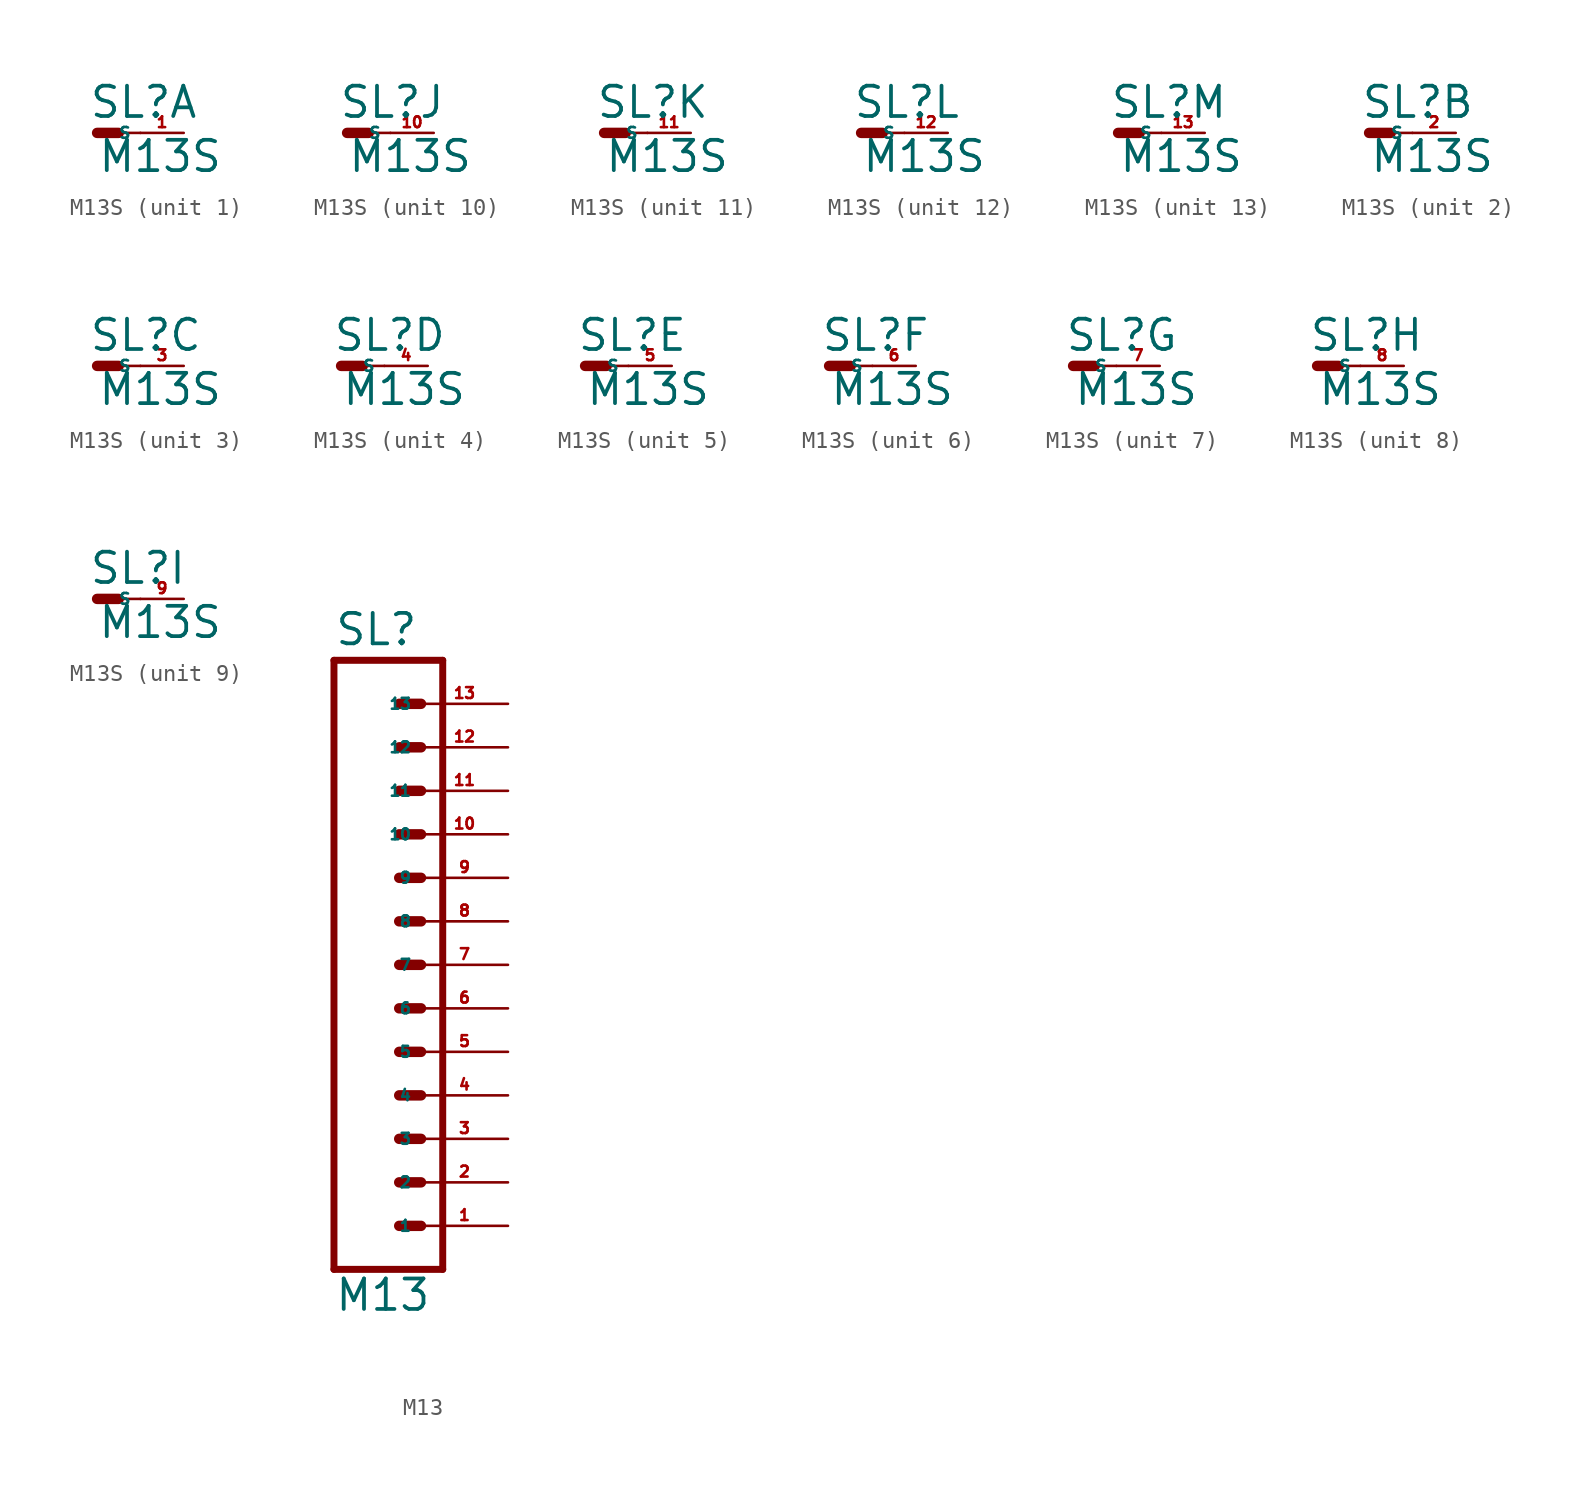
<source format=kicad_sym>
(kicad_symbol_lib
  (version 20220914)
  (generator Eagle2Kicad)
  (symbol "M13S"
    (property "Reference" "SL"
      (at -0.508 0.762 0)
      (effects (font (size 1.778 1.778) (thickness 0.22)) (justify left bottom)))
    (property "Value" "M13S"
      (at 0 -2.413 0)
      (effects (font (size 1.778 1.778) (thickness 0.22)) (justify left bottom)))
    (symbol "M13S_1_0"
      (polyline (pts (xy 0 0) (xy 1.27 0)) (stroke (width 0.61) (type default)) (fill (type none)))
      (polyline (pts (xy 1.27 0) (xy 2.54 0)) (stroke (width 0.152) (type default)) (fill (type none)))
      (pin passive line (at 5.08 0 180) (length 2.54) (name "S" (effects (font (size 0.635 0.635) (thickness 0.08)) (justify left bottom))) (number "1" (effects (font (size 0.635 0.635) (thickness 0.08)) (justify left bottom)))))
    (symbol "M13S_2_0"
      (polyline (pts (xy 0 0) (xy 1.27 0)) (stroke (width 0.61) (type default)) (fill (type none)))
      (polyline (pts (xy 1.27 0) (xy 2.54 0)) (stroke (width 0.152) (type default)) (fill (type none)))
      (pin passive line (at 5.08 0 180) (length 2.54) (name "S" (effects (font (size 0.635 0.635) (thickness 0.08)) (justify left bottom))) (number "2" (effects (font (size 0.635 0.635) (thickness 0.08)) (justify left bottom)))))
    (symbol "M13S_3_0"
      (polyline (pts (xy 0 0) (xy 1.27 0)) (stroke (width 0.61) (type default)) (fill (type none)))
      (polyline (pts (xy 1.27 0) (xy 2.54 0)) (stroke (width 0.152) (type default)) (fill (type none)))
      (pin passive line (at 5.08 0 180) (length 2.54) (name "S" (effects (font (size 0.635 0.635) (thickness 0.08)) (justify left bottom))) (number "3" (effects (font (size 0.635 0.635) (thickness 0.08)) (justify left bottom)))))
    (symbol "M13S_4_0"
      (polyline (pts (xy 0 0) (xy 1.27 0)) (stroke (width 0.61) (type default)) (fill (type none)))
      (polyline (pts (xy 1.27 0) (xy 2.54 0)) (stroke (width 0.152) (type default)) (fill (type none)))
      (pin passive line (at 5.08 0 180) (length 2.54) (name "S" (effects (font (size 0.635 0.635) (thickness 0.08)) (justify left bottom))) (number "4" (effects (font (size 0.635 0.635) (thickness 0.08)) (justify left bottom)))))
    (symbol "M13S_5_0"
      (polyline (pts (xy 0 0) (xy 1.27 0)) (stroke (width 0.61) (type default)) (fill (type none)))
      (polyline (pts (xy 1.27 0) (xy 2.54 0)) (stroke (width 0.152) (type default)) (fill (type none)))
      (pin passive line (at 5.08 0 180) (length 2.54) (name "S" (effects (font (size 0.635 0.635) (thickness 0.08)) (justify left bottom))) (number "5" (effects (font (size 0.635 0.635) (thickness 0.08)) (justify left bottom)))))
    (symbol "M13S_6_0"
      (polyline (pts (xy 0 0) (xy 1.27 0)) (stroke (width 0.61) (type default)) (fill (type none)))
      (polyline (pts (xy 1.27 0) (xy 2.54 0)) (stroke (width 0.152) (type default)) (fill (type none)))
      (pin passive line (at 5.08 0 180) (length 2.54) (name "S" (effects (font (size 0.635 0.635) (thickness 0.08)) (justify left bottom))) (number "6" (effects (font (size 0.635 0.635) (thickness 0.08)) (justify left bottom)))))
    (symbol "M13S_7_0"
      (polyline (pts (xy 0 0) (xy 1.27 0)) (stroke (width 0.61) (type default)) (fill (type none)))
      (polyline (pts (xy 1.27 0) (xy 2.54 0)) (stroke (width 0.152) (type default)) (fill (type none)))
      (pin passive line (at 5.08 0 180) (length 2.54) (name "S" (effects (font (size 0.635 0.635) (thickness 0.08)) (justify left bottom))) (number "7" (effects (font (size 0.635 0.635) (thickness 0.08)) (justify left bottom)))))
    (symbol "M13S_8_0"
      (polyline (pts (xy 0 0) (xy 1.27 0)) (stroke (width 0.61) (type default)) (fill (type none)))
      (polyline (pts (xy 1.27 0) (xy 2.54 0)) (stroke (width 0.152) (type default)) (fill (type none)))
      (pin passive line (at 5.08 0 180) (length 2.54) (name "S" (effects (font (size 0.635 0.635) (thickness 0.08)) (justify left bottom))) (number "8" (effects (font (size 0.635 0.635) (thickness 0.08)) (justify left bottom)))))
    (symbol "M13S_9_0"
      (polyline (pts (xy 0 0) (xy 1.27 0)) (stroke (width 0.61) (type default)) (fill (type none)))
      (polyline (pts (xy 1.27 0) (xy 2.54 0)) (stroke (width 0.152) (type default)) (fill (type none)))
      (pin passive line (at 5.08 0 180) (length 2.54) (name "S" (effects (font (size 0.635 0.635) (thickness 0.08)) (justify left bottom))) (number "9" (effects (font (size 0.635 0.635) (thickness 0.08)) (justify left bottom)))))
    (symbol "M13S_10_0"
      (polyline (pts (xy 0 0) (xy 1.27 0)) (stroke (width 0.61) (type default)) (fill (type none)))
      (polyline (pts (xy 1.27 0) (xy 2.54 0)) (stroke (width 0.152) (type default)) (fill (type none)))
      (pin passive line (at 5.08 0 180) (length 2.54) (name "S" (effects (font (size 0.635 0.635) (thickness 0.08)) (justify left bottom))) (number "10" (effects (font (size 0.635 0.635) (thickness 0.08)) (justify left bottom)))))
    (symbol "M13S_11_0"
      (polyline (pts (xy 0 0) (xy 1.27 0)) (stroke (width 0.61) (type default)) (fill (type none)))
      (polyline (pts (xy 1.27 0) (xy 2.54 0)) (stroke (width 0.152) (type default)) (fill (type none)))
      (pin passive line (at 5.08 0 180) (length 2.54) (name "S" (effects (font (size 0.635 0.635) (thickness 0.08)) (justify left bottom))) (number "11" (effects (font (size 0.635 0.635) (thickness 0.08)) (justify left bottom)))))
    (symbol "M13S_12_0"
      (polyline (pts (xy 0 0) (xy 1.27 0)) (stroke (width 0.61) (type default)) (fill (type none)))
      (polyline (pts (xy 1.27 0) (xy 2.54 0)) (stroke (width 0.152) (type default)) (fill (type none)))
      (pin passive line (at 5.08 0 180) (length 2.54) (name "S" (effects (font (size 0.635 0.635) (thickness 0.08)) (justify left bottom))) (number "12" (effects (font (size 0.635 0.635) (thickness 0.08)) (justify left bottom)))))
    (symbol "M13S_13_0"
      (polyline (pts (xy 0 0) (xy 1.27 0)) (stroke (width 0.61) (type default)) (fill (type none)))
      (polyline (pts (xy 1.27 0) (xy 2.54 0)) (stroke (width 0.152) (type default)) (fill (type none)))
      (pin passive line (at 5.08 0 180) (length 2.54) (name "S" (effects (font (size 0.635 0.635) (thickness 0.08)) (justify left bottom))) (number "13" (effects (font (size 0.635 0.635) (thickness 0.08)) (justify left bottom))))))
  (symbol "M13"
    (property "Reference" "SL"
      (at -5.08 21.082 0)
      (effects (font (size 1.778 1.778) (thickness 0.22)) (justify left bottom)))
    (property "Value" "M13"
      (at -5.08 -17.78 0)
      (effects (font (size 1.778 1.778) (thickness 0.22)) (justify left bottom)))
    (polyline
      (pts (xy 1.27 -15.24) (xy -5.08 -15.24))
      (stroke (width 0.406) (type default))
      (fill (type none)))
    (polyline
      (pts (xy -1.27 -7.62) (xy 0 -7.62))
      (stroke (width 0.61) (type default))
      (fill (type none)))
    (polyline
      (pts (xy -1.27 -10.16) (xy 0 -10.16))
      (stroke (width 0.61) (type default))
      (fill (type none)))
    (polyline
      (pts (xy -1.27 -12.7) (xy 0 -12.7))
      (stroke (width 0.61) (type default))
      (fill (type none)))
    (polyline
      (pts (xy -5.08 20.32) (xy -5.08 -15.24))
      (stroke (width 0.406) (type default))
      (fill (type none)))
    (polyline
      (pts (xy 1.27 -15.24) (xy 1.27 20.32))
      (stroke (width 0.406) (type default))
      (fill (type none)))
    (polyline
      (pts (xy -5.08 20.32) (xy 1.27 20.32))
      (stroke (width 0.406) (type default))
      (fill (type none)))
    (polyline
      (pts (xy -1.27 -2.54) (xy 0 -2.54))
      (stroke (width 0.61) (type default))
      (fill (type none)))
    (polyline
      (pts (xy -1.27 -5.08) (xy 0 -5.08))
      (stroke (width 0.61) (type default))
      (fill (type none)))
    (polyline
      (pts (xy -1.27 0) (xy 0 0))
      (stroke (width 0.61) (type default))
      (fill (type none)))
    (polyline
      (pts (xy -1.27 2.54) (xy 0 2.54))
      (stroke (width 0.61) (type default))
      (fill (type none)))
    (polyline
      (pts (xy -1.27 5.08) (xy 0 5.08))
      (stroke (width 0.61) (type default))
      (fill (type none)))
    (polyline
      (pts (xy -1.27 7.62) (xy 0 7.62))
      (stroke (width 0.61) (type default))
      (fill (type none)))
    (polyline
      (pts (xy -1.27 10.16) (xy 0 10.16))
      (stroke (width 0.61) (type default))
      (fill (type none)))
    (polyline
      (pts (xy -1.27 12.7) (xy 0 12.7))
      (stroke (width 0.61) (type default))
      (fill (type none)))
    (polyline
      (pts (xy -1.27 15.24) (xy 0 15.24))
      (stroke (width 0.61) (type default))
      (fill (type none)))
    (polyline
      (pts (xy -1.27 17.78) (xy 0 17.78))
      (stroke (width 0.61) (type default))
      (fill (type none)))
    (pin passive line
      (at 5.08 -12.7 180)
      (length 5.08)
      (name "1" (effects (font (size 0.635 0.635) (thickness 0.08)) (justify left bottom)))
      (number "1" (effects (font (size 0.635 0.635) (thickness 0.08)) (justify left bottom))))
    (pin passive line
      (at 5.08 -10.16 180)
      (length 5.08)
      (name "2" (effects (font (size 0.635 0.635) (thickness 0.08)) (justify left bottom)))
      (number "2" (effects (font (size 0.635 0.635) (thickness 0.08)) (justify left bottom))))
    (pin passive line
      (at 5.08 -7.62 180)
      (length 5.08)
      (name "3" (effects (font (size 0.635 0.635) (thickness 0.08)) (justify left bottom)))
      (number "3" (effects (font (size 0.635 0.635) (thickness 0.08)) (justify left bottom))))
    (pin passive line
      (at 5.08 -5.08 180)
      (length 5.08)
      (name "4" (effects (font (size 0.635 0.635) (thickness 0.08)) (justify left bottom)))
      (number "4" (effects (font (size 0.635 0.635) (thickness 0.08)) (justify left bottom))))
    (pin passive line
      (at 5.08 -2.54 180)
      (length 5.08)
      (name "5" (effects (font (size 0.635 0.635) (thickness 0.08)) (justify left bottom)))
      (number "5" (effects (font (size 0.635 0.635) (thickness 0.08)) (justify left bottom))))
    (pin passive line
      (at 5.08 0 180)
      (length 5.08)
      (name "6" (effects (font (size 0.635 0.635) (thickness 0.08)) (justify left bottom)))
      (number "6" (effects (font (size 0.635 0.635) (thickness 0.08)) (justify left bottom))))
    (pin passive line
      (at 5.08 2.54 180)
      (length 5.08)
      (name "7" (effects (font (size 0.635 0.635) (thickness 0.08)) (justify left bottom)))
      (number "7" (effects (font (size 0.635 0.635) (thickness 0.08)) (justify left bottom))))
    (pin passive line
      (at 5.08 5.08 180)
      (length 5.08)
      (name "8" (effects (font (size 0.635 0.635) (thickness 0.08)) (justify left bottom)))
      (number "8" (effects (font (size 0.635 0.635) (thickness 0.08)) (justify left bottom))))
    (pin passive line
      (at 5.08 7.62 180)
      (length 5.08)
      (name "9" (effects (font (size 0.635 0.635) (thickness 0.08)) (justify left bottom)))
      (number "9" (effects (font (size 0.635 0.635) (thickness 0.08)) (justify left bottom))))
    (pin passive line
      (at 5.08 10.16 180)
      (length 5.08)
      (name "10" (effects (font (size 0.635 0.635) (thickness 0.08)) (justify left bottom)))
      (number "10" (effects (font (size 0.635 0.635) (thickness 0.08)) (justify left bottom))))
    (pin passive line
      (at 5.08 12.7 180)
      (length 5.08)
      (name "11" (effects (font (size 0.635 0.635) (thickness 0.08)) (justify left bottom)))
      (number "11" (effects (font (size 0.635 0.635) (thickness 0.08)) (justify left bottom))))
    (pin passive line
      (at 5.08 15.24 180)
      (length 5.08)
      (name "12" (effects (font (size 0.635 0.635) (thickness 0.08)) (justify left bottom)))
      (number "12" (effects (font (size 0.635 0.635) (thickness 0.08)) (justify left bottom))))
    (pin passive line
      (at 5.08 17.78 180)
      (length 5.08)
      (name "13" (effects (font (size 0.635 0.635) (thickness 0.08)) (justify left bottom)))
      (number "13" (effects (font (size 0.635 0.635) (thickness 0.08)) (justify left bottom))))))
</source>
